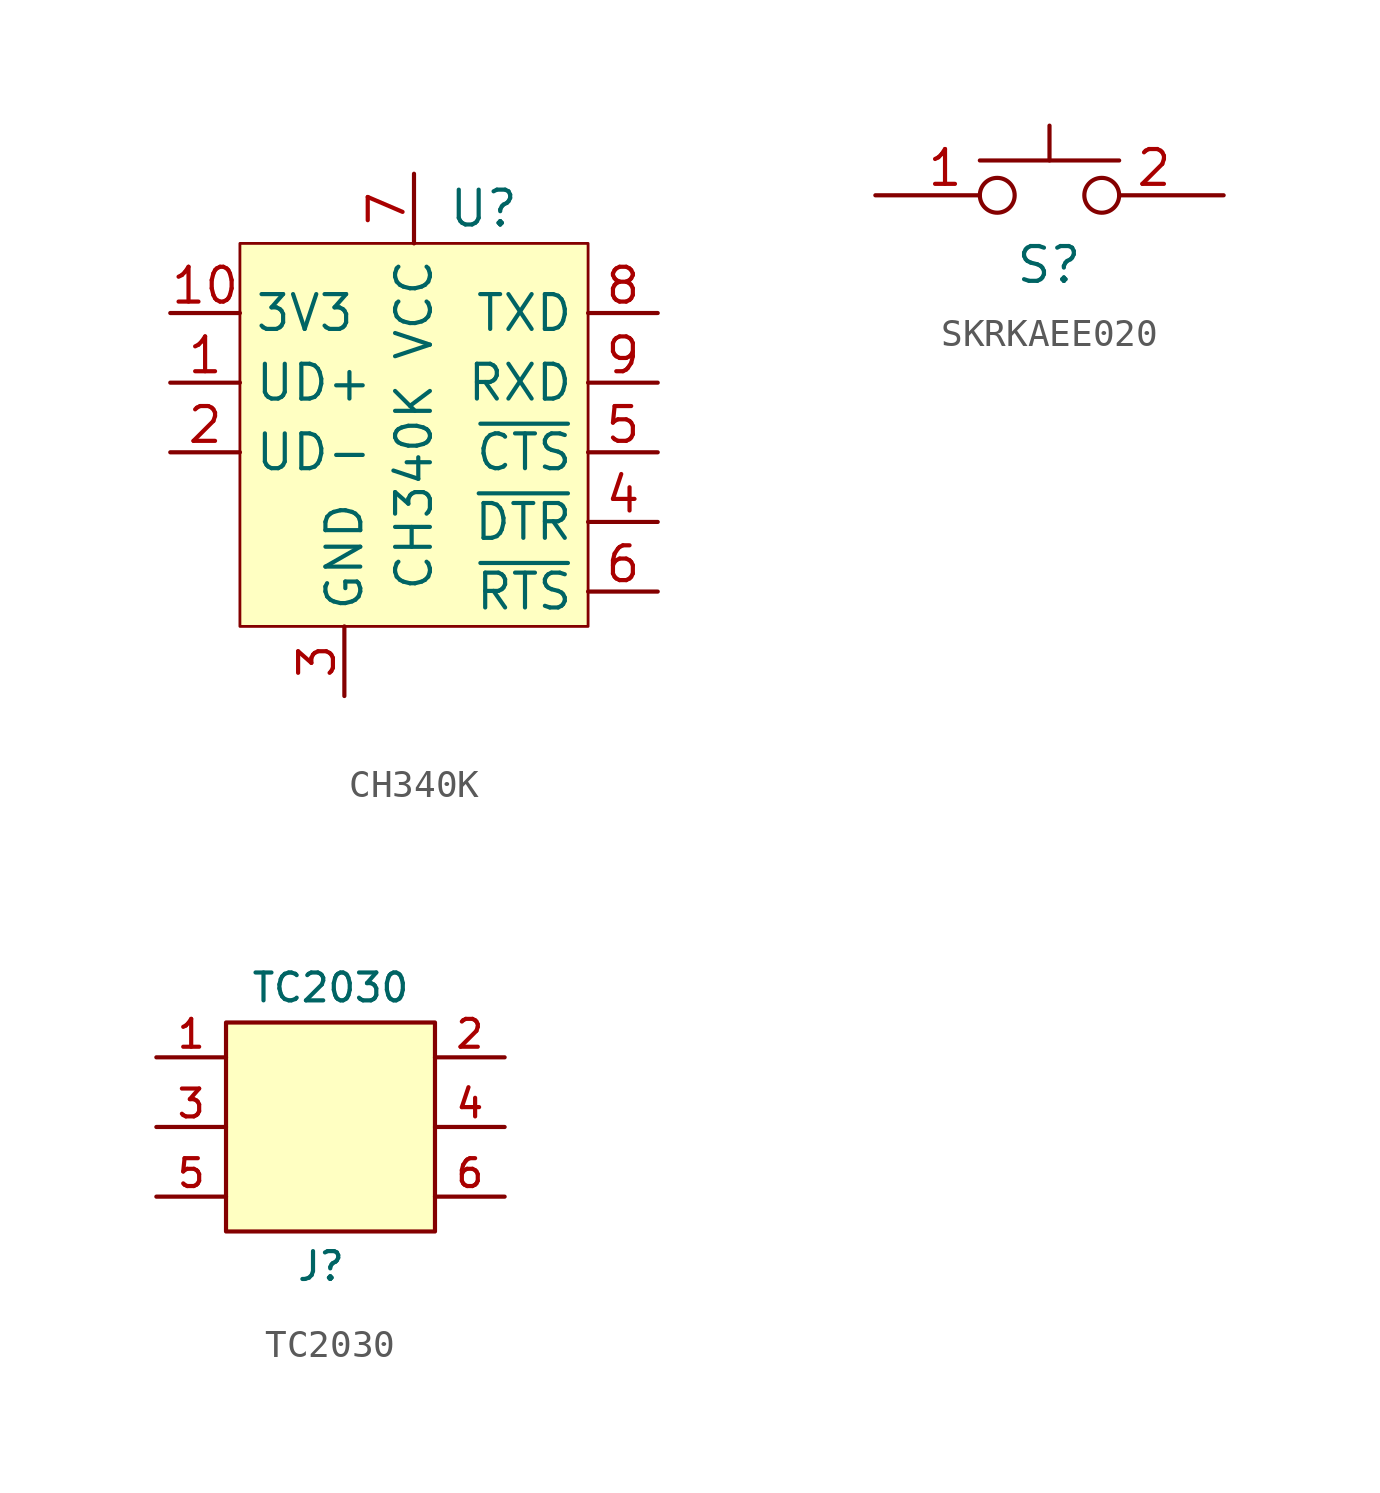
<source format=kicad_sym>
(kicad_symbol_lib
  (version 20211014)
  (generator kicad_symbol_editor)
  (symbol "CH340K"
    (property "Reference" "U"
      (at 2.54 7.62 0)
      (effects (font (size 1.27 1.27))))
    (property "Value" "CH340K"
      (at 0 -2.54 90)
      (effects (font (size 1.27 1.27))))
    (symbol "CH340K_0_0"
      (pin bidirectional line (at -8.89 1.27 0) (length 2.54) (name "UD+" (effects (font (size 1.27 1.27)))) (number "1" (effects (font (size 1.27 1.27)))))
      (pin unspecified line (at -8.89 3.81 0) (length 2.54) (name "3V3" (effects (font (size 1.27 1.27)))) (number "10" (effects (font (size 1.27 1.27)))))
      (pin bidirectional line (at -8.89 -1.27 0) (length 2.54) (name "UD-" (effects (font (size 1.27 1.27)))) (number "2" (effects (font (size 1.27 1.27)))))
      (pin unspecified line (at -2.54 -10.16 90) (length 2.54) (name "GND" (effects (font (size 1.27 1.27)))) (number "3" (effects (font (size 1.27 1.27)))))
      (pin unspecified line (at 8.89 -3.81 180) (length 2.54) (name "~{DTR}" (effects (font (size 1.27 1.27)))) (number "4" (effects (font (size 1.27 1.27)))))
      (pin unspecified line (at 8.89 -1.27 180) (length 2.54) (name "~{CTS}" (effects (font (size 1.27 1.27)))) (number "5" (effects (font (size 1.27 1.27)))))
      (pin unspecified line (at 8.89 -6.35 180) (length 2.54) (name "~{RTS}" (effects (font (size 1.27 1.27)))) (number "6" (effects (font (size 1.27 1.27)))))
      (pin unspecified line (at 0 8.89 270) (length 2.54) (name "VCC" (effects (font (size 1.27 1.27)))) (number "7" (effects (font (size 1.27 1.27)))))
      (pin unspecified line (at 8.89 3.81 180) (length 2.54) (name "TXD" (effects (font (size 1.27 1.27)))) (number "8" (effects (font (size 1.27 1.27)))))
      (pin unspecified line (at 8.89 1.27 180) (length 2.54) (name "RXD" (effects (font (size 1.27 1.27)))) (number "9" (effects (font (size 1.27 1.27))))))
    (symbol "CH340K_0_1"
      (rectangle (start -6.35 6.35) (end 6.35 -7.62) (stroke (width 0.102) (type default) (color 0 0 0 0)) (fill (type background)))))
  (symbol "SKRKAEE020"
    (pin_names
      (offset 0.762))
    (property "Reference" "S"
      (at -1.27 -2.54 0)
      (effects (font (size 1.27 1.27)) (justify left)))
    (symbol "SKRKAEE020_0_0"
      (pin passive inverted (at -6.35 0 0) (length 5.08) (name "" (effects (font (size 1.27 1.27)))) (number "1" (effects (font (size 1.27 1.27)))))
      (pin passive inverted (at 6.35 0 180) (length 5.08) (name "" (effects (font (size 1.27 1.27)))) (number "2" (effects (font (size 1.27 1.27))))))
    (symbol "SKRKAEE020_0_1"
      (polyline (pts (xy -2.54 1.27) (xy 2.54 1.27)) (stroke (width 0) (type default) (color 0 0 0 0)) (fill (type none)))
      (polyline (pts (xy 0 1.27) (xy 0 2.54)) (stroke (width 0) (type default) (color 0 0 0 0)) (fill (type none)))))
  (symbol "TC2030"
    (pin_names
      (offset 1.016))
    (property "Reference" "J"
      (at -1.27 -5.08 0)
      (effects (font (size 1.016 1.016)) (justify left)))
    (property "Value" "TC2030"
      (at 0 5.08 0)
      (effects (font (size 1.016 1.016))))
    (symbol "TC2030_0_1"
      (rectangle (start -3.81 3.81) (end 3.81 -3.81) (stroke (width 0) (type default) (color 0 0 0 0)) (fill (type background))))
    (symbol "TC2030_1_1"
      (pin passive line (at -6.35 2.54 0) (length 2.54) (name "" (effects (font (size 1.016 1.016)))) (number "1" (effects (font (size 1.016 1.016)))))
      (pin passive line (at 6.35 2.54 180) (length 2.54) (name "" (effects (font (size 1.016 1.016)))) (number "2" (effects (font (size 1.016 1.016)))))
      (pin passive line (at -6.35 0 0) (length 2.54) (name "" (effects (font (size 1.016 1.016)))) (number "3" (effects (font (size 1.016 1.016)))))
      (pin passive line (at 6.35 0 180) (length 2.54) (name "" (effects (font (size 1.016 1.016)))) (number "4" (effects (font (size 1.016 1.016)))))
      (pin passive line (at -6.35 -2.54 0) (length 2.54) (name "" (effects (font (size 1.016 1.016)))) (number "5" (effects (font (size 1.016 1.016)))))
      (pin passive line (at 6.35 -2.54 180) (length 2.54) (name "" (effects (font (size 1.016 1.016)))) (number "6" (effects (font (size 1.016 1.016))))))))
</source>
